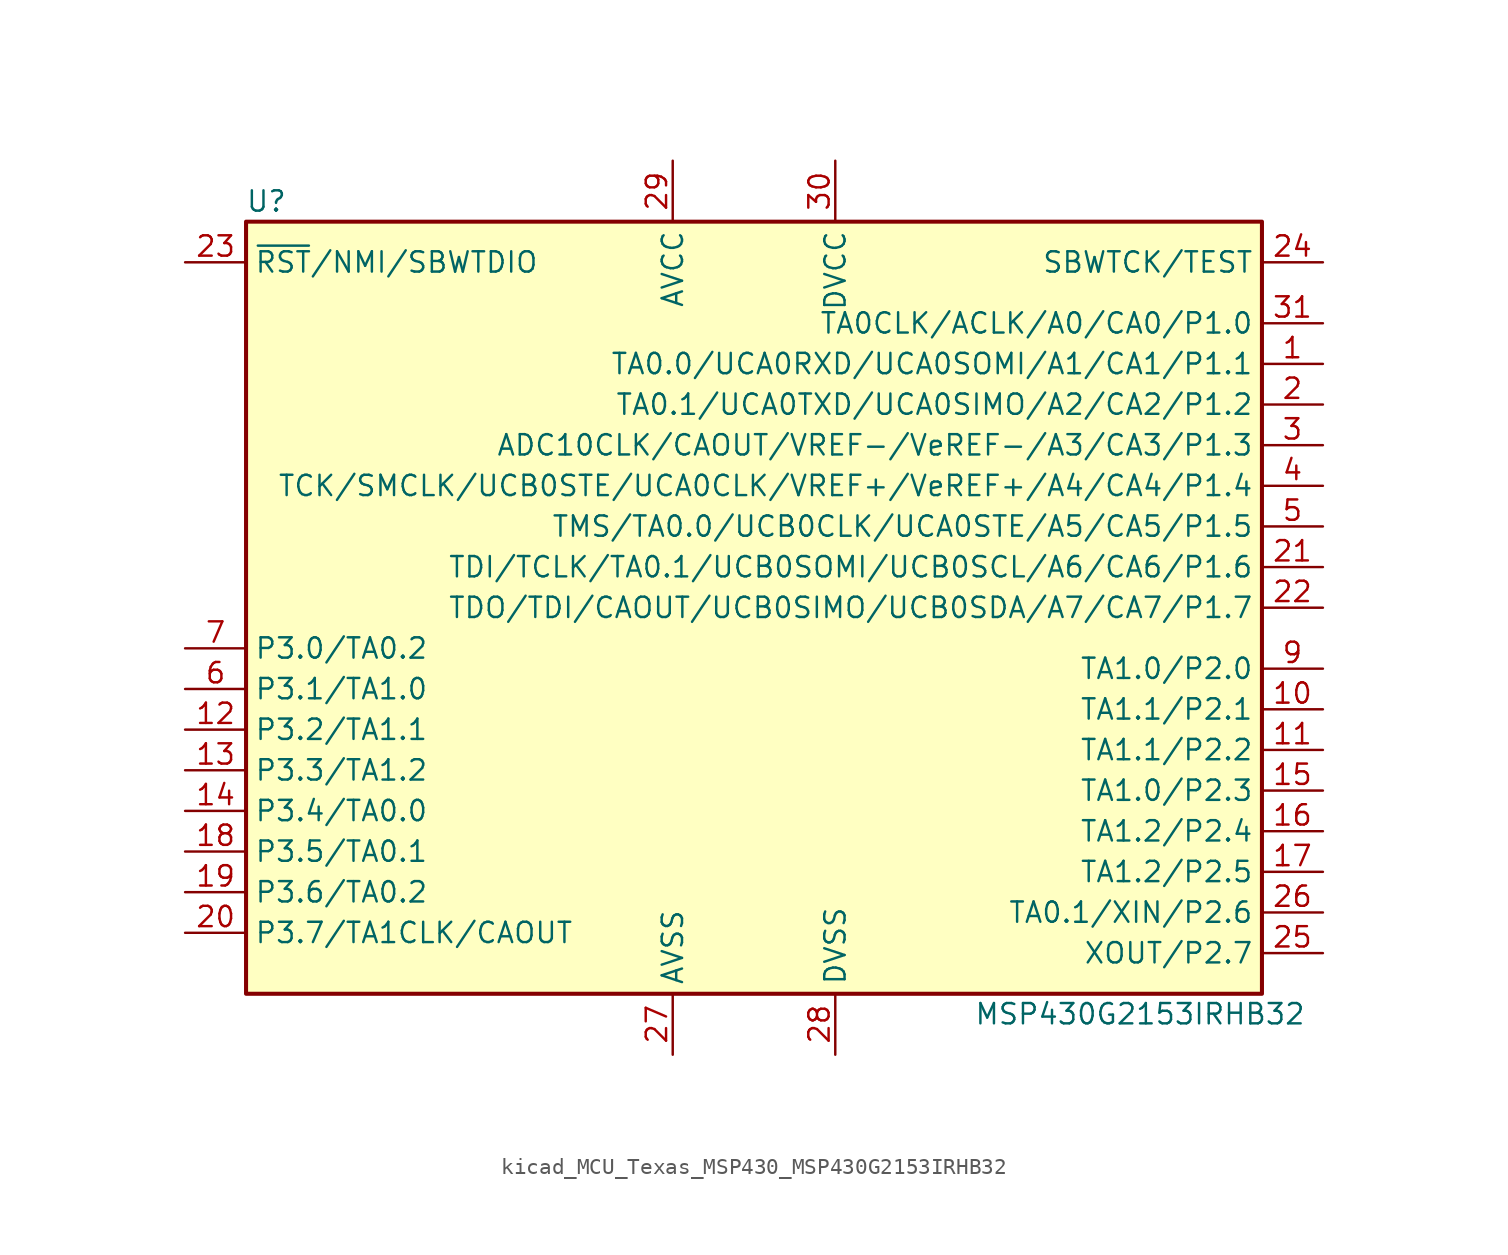
<source format=kicad_sym>
(kicad_symbol_lib
  (version 20220914)
  (generator kicad_symbol_editor)
  (symbol "kicad_MCU_Texas_MSP430_MSP430G2153IRHB32"
    (property "Reference" "U"
      (at -30.48 25.4 0)
      (effects (font (size 1.27 1.27))))
    (property "Value" "MSP430G2153IRHB32"
      (at 24.13 -25.4 0)
      (effects (font (size 1.27 1.27))))
    (symbol "kicad_MCU_Texas_MSP430_MSP430G2153IRHB32_0_1"
      (rectangle (start -31.75 24.13) (end 31.75 -24.13) (stroke (width 0.254) (type default)) (fill (type background))))
    (symbol "kicad_MCU_Texas_MSP430_MSP430G2153IRHB32_1_1"
      (pin bidirectional line (at 35.56 15.24 180) (length 3.81) (name "TA0.0/UCA0RXD/UCA0SOMI/A1/CA1/P1.1" (effects (font (size 1.27 1.27)))) (number "1" (effects (font (size 1.27 1.27)))))
      (pin bidirectional line (at 35.56 -6.35 180) (length 3.81) (name "TA1.1/P2.1" (effects (font (size 1.27 1.27)))) (number "10" (effects (font (size 1.27 1.27)))))
      (pin bidirectional line (at 35.56 -8.89 180) (length 3.81) (name "TA1.1/P2.2" (effects (font (size 1.27 1.27)))) (number "11" (effects (font (size 1.27 1.27)))))
      (pin bidirectional line (at -35.56 -7.62 0) (length 3.81) (name "P3.2/TA1.1" (effects (font (size 1.27 1.27)))) (number "12" (effects (font (size 1.27 1.27)))))
      (pin bidirectional line (at -35.56 -10.16 0) (length 3.81) (name "P3.3/TA1.2" (effects (font (size 1.27 1.27)))) (number "13" (effects (font (size 1.27 1.27)))))
      (pin bidirectional line (at -35.56 -12.7 0) (length 3.81) (name "P3.4/TA0.0" (effects (font (size 1.27 1.27)))) (number "14" (effects (font (size 1.27 1.27)))))
      (pin bidirectional line (at 35.56 -11.43 180) (length 3.81) (name "TA1.0/P2.3" (effects (font (size 1.27 1.27)))) (number "15" (effects (font (size 1.27 1.27)))))
      (pin bidirectional line (at 35.56 -13.97 180) (length 3.81) (name "TA1.2/P2.4" (effects (font (size 1.27 1.27)))) (number "16" (effects (font (size 1.27 1.27)))))
      (pin bidirectional line (at 35.56 -16.51 180) (length 3.81) (name "TA1.2/P2.5" (effects (font (size 1.27 1.27)))) (number "17" (effects (font (size 1.27 1.27)))))
      (pin bidirectional line (at -35.56 -15.24 0) (length 3.81) (name "P3.5/TA0.1" (effects (font (size 1.27 1.27)))) (number "18" (effects (font (size 1.27 1.27)))))
      (pin bidirectional line (at -35.56 -17.78 0) (length 3.81) (name "P3.6/TA0.2" (effects (font (size 1.27 1.27)))) (number "19" (effects (font (size 1.27 1.27)))))
      (pin bidirectional line (at 35.56 12.7 180) (length 3.81) (name "TA0.1/UCA0TXD/UCA0SIMO/A2/CA2/P1.2" (effects (font (size 1.27 1.27)))) (number "2" (effects (font (size 1.27 1.27)))))
      (pin bidirectional line (at -35.56 -20.32 0) (length 3.81) (name "P3.7/TA1CLK/CAOUT" (effects (font (size 1.27 1.27)))) (number "20" (effects (font (size 1.27 1.27)))))
      (pin bidirectional line (at 35.56 2.54 180) (length 3.81) (name "TDI/TCLK/TA0.1/UCB0SOMI/UCB0SCL/A6/CA6/P1.6" (effects (font (size 1.27 1.27)))) (number "21" (effects (font (size 1.27 1.27)))))
      (pin bidirectional line (at 35.56 0 180) (length 3.81) (name "TDO/TDI/CAOUT/UCB0SIMO/UCB0SDA/A7/CA7/P1.7" (effects (font (size 1.27 1.27)))) (number "22" (effects (font (size 1.27 1.27)))))
      (pin input line (at -35.56 21.59 0) (length 3.81) (name "~{RST}/NMI/SBWTDIO" (effects (font (size 1.27 1.27)))) (number "23" (effects (font (size 1.27 1.27)))))
      (pin input line (at 35.56 21.59 180) (length 3.81) (name "SBWTCK/TEST" (effects (font (size 1.27 1.27)))) (number "24" (effects (font (size 1.27 1.27)))))
      (pin bidirectional line (at 35.56 -21.59 180) (length 3.81) (name "XOUT/P2.7" (effects (font (size 1.27 1.27)))) (number "25" (effects (font (size 1.27 1.27)))))
      (pin bidirectional line (at 35.56 -19.05 180) (length 3.81) (name "TA0.1/XIN/P2.6" (effects (font (size 1.27 1.27)))) (number "26" (effects (font (size 1.27 1.27)))))
      (pin power_in line (at -5.08 -27.94 90) (length 3.81) (name "AVSS" (effects (font (size 1.27 1.27)))) (number "27" (effects (font (size 1.27 1.27)))))
      (pin power_in line (at 5.08 -27.94 90) (length 3.81) (name "DVSS" (effects (font (size 1.27 1.27)))) (number "28" (effects (font (size 1.27 1.27)))))
      (pin power_in line (at -5.08 27.94 270) (length 3.81) (name "AVCC" (effects (font (size 1.27 1.27)))) (number "29" (effects (font (size 1.27 1.27)))))
      (pin bidirectional line (at 35.56 10.16 180) (length 3.81) (name "ADC10CLK/CAOUT/VREF-/VeREF-/A3/CA3/P1.3" (effects (font (size 1.27 1.27)))) (number "3" (effects (font (size 1.27 1.27)))))
      (pin power_in line (at 5.08 27.94 270) (length 3.81) (name "DVCC" (effects (font (size 1.27 1.27)))) (number "30" (effects (font (size 1.27 1.27)))))
      (pin bidirectional line (at 35.56 17.78 180) (length 3.81) (name "TA0CLK/ACLK/A0/CA0/P1.0" (effects (font (size 1.27 1.27)))) (number "31" (effects (font (size 1.27 1.27)))))
      (pin bidirectional line (at 35.56 7.62 180) (length 3.81) (name "TCK/SMCLK/UCB0STE/UCA0CLK/VREF+/VeREF+/A4/CA4/P1.4" (effects (font (size 1.27 1.27)))) (number "4" (effects (font (size 1.27 1.27)))))
      (pin bidirectional line (at 35.56 5.08 180) (length 3.81) (name "TMS/TA0.0/UCB0CLK/UCA0STE/A5/CA5/P1.5" (effects (font (size 1.27 1.27)))) (number "5" (effects (font (size 1.27 1.27)))))
      (pin bidirectional line (at -35.56 -5.08 0) (length 3.81) (name "P3.1/TA1.0" (effects (font (size 1.27 1.27)))) (number "6" (effects (font (size 1.27 1.27)))))
      (pin bidirectional line (at -35.56 -2.54 0) (length 3.81) (name "P3.0/TA0.2" (effects (font (size 1.27 1.27)))) (number "7" (effects (font (size 1.27 1.27)))))
      (pin bidirectional line (at 35.56 -3.81 180) (length 3.81) (name "TA1.0/P2.0" (effects (font (size 1.27 1.27)))) (number "9" (effects (font (size 1.27 1.27))))))))
</source>
